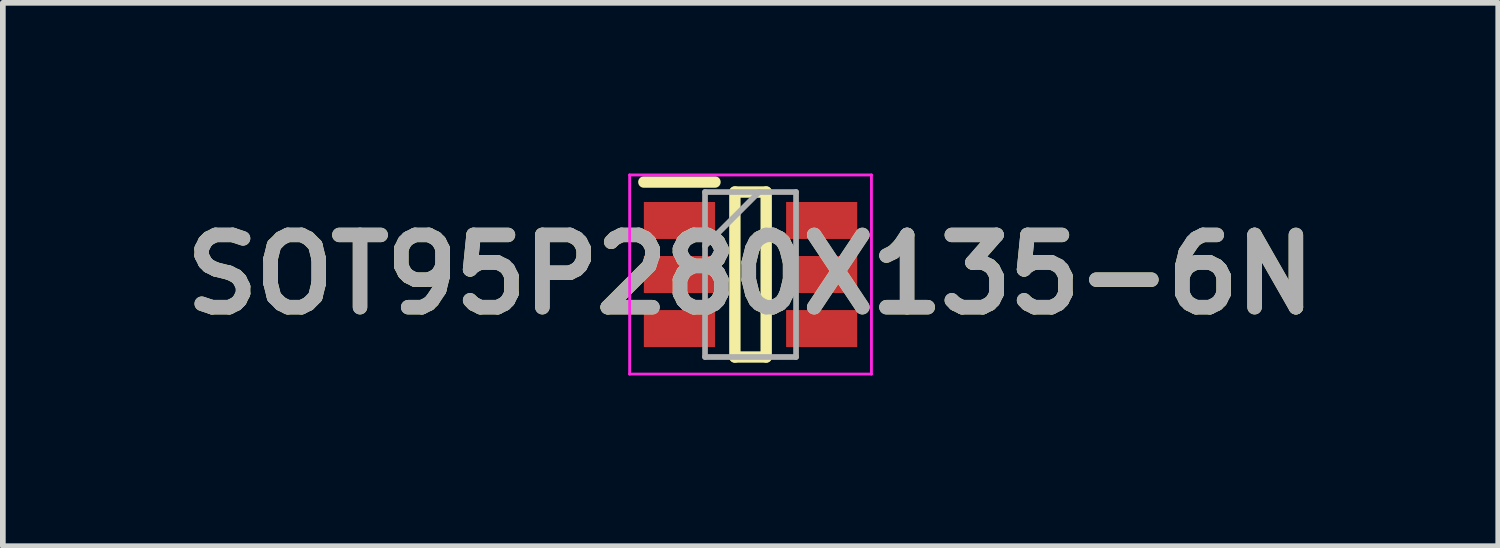
<source format=kicad_pcb>
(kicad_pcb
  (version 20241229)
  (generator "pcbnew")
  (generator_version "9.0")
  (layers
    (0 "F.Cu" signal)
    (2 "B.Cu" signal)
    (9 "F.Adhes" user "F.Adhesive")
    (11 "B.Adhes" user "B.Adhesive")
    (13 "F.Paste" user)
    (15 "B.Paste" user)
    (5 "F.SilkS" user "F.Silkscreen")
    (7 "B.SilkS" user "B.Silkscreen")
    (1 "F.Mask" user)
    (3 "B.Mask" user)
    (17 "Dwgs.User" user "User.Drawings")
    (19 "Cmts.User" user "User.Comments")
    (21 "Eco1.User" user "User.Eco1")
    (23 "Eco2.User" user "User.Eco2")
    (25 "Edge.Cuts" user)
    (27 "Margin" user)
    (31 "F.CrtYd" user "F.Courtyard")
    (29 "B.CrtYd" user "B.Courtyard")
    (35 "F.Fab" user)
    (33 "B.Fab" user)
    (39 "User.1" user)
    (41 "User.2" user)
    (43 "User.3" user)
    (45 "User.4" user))
  (footprint "SOT95P280X135-6N"
    (layer "F.Cu")
    (at 10.142 1.775)
    (property "Reference" "SOT95P280X135-6N" (at 0 0 0) (layer "F.SilkS") (effects (font (size 1.27 1.27) (thickness 0.254))))
    (attr smd)
    (fp_line (start -1.875 -1.625) (end -0.625 -1.625) (stroke (width 0.2) (type solid)) (layer "F.SilkS"))
    (fp_line (start -0.275 -1.45) (end 0.275 -1.45) (stroke (width 0.2) (type solid)) (layer "F.SilkS"))
    (fp_line (start -0.275 1.45) (end -0.275 -1.45) (stroke (width 0.2) (type solid)) (layer "F.SilkS"))
    (fp_line (start 0.275 -1.45) (end 0.275 1.45) (stroke (width 0.2) (type solid)) (layer "F.SilkS"))
    (fp_line (start 0.275 1.45) (end -0.275 1.45) (stroke (width 0.2) (type solid)) (layer "F.SilkS"))
    (fp_line (start -2.125 -1.75) (end 2.125 -1.75) (stroke (width 0.05) (type solid)) (layer "F.CrtYd"))
    (fp_line (start -2.125 1.75) (end -2.125 -1.75) (stroke (width 0.05) (type solid)) (layer "F.CrtYd"))
    (fp_line (start 2.125 -1.75) (end 2.125 1.75) (stroke (width 0.05) (type solid)) (layer "F.CrtYd"))
    (fp_line (start 2.125 1.75) (end -2.125 1.75) (stroke (width 0.05) (type solid)) (layer "F.CrtYd"))
    (fp_line (start -0.8 -1.45) (end 0.8 -1.45) (stroke (width 0.1) (type solid)) (layer "F.Fab"))
    (fp_line (start -0.8 -0.5) (end 0.15 -1.45) (stroke (width 0.1) (type solid)) (layer "F.Fab"))
    (fp_line (start -0.8 1.45) (end -0.8 -1.45) (stroke (width 0.1) (type solid)) (layer "F.Fab"))
    (fp_line (start 0.8 -1.45) (end 0.8 1.45) (stroke (width 0.1) (type solid)) (layer "F.Fab"))
    (fp_line (start 0.8 1.45) (end -0.8 1.45) (stroke (width 0.1) (type solid)) (layer "F.Fab"))
    (fp_text user "${REFERENCE}" (at 0 0 0) (layer "F.Fab") (effects (font (size 1.27 1.27) (thickness 0.254))))
    (pad "1" smd rect (at -1.25 -0.95 90) (size 0.65 1.25) (layers "F.Cu" "F.Mask" "F.Paste"))
    (pad "2" smd rect (at -1.25 0 90) (size 0.65 1.25) (layers "F.Cu" "F.Mask" "F.Paste"))
    (pad "3" smd rect (at -1.25 0.95 90) (size 0.65 1.25) (layers "F.Cu" "F.Mask" "F.Paste"))
    (pad "4" smd rect (at 1.25 0.95 90) (size 0.65 1.25) (layers "F.Cu" "F.Mask" "F.Paste"))
    (pad "5" smd rect (at 1.25 0 90) (size 0.65 1.25) (layers "F.Cu" "F.Mask" "F.Paste"))
    (pad "6" smd rect (at 1.25 -0.95 90) (size 0.65 1.25) (layers "F.Cu" "F.Mask" "F.Paste")))
  (gr_rect
    (start -3 -3)
    (end 23.284 6.55)
    (stroke (width 0.1) (type default))
    (fill no)
    (layer "Edge.Cuts")))
</source>
